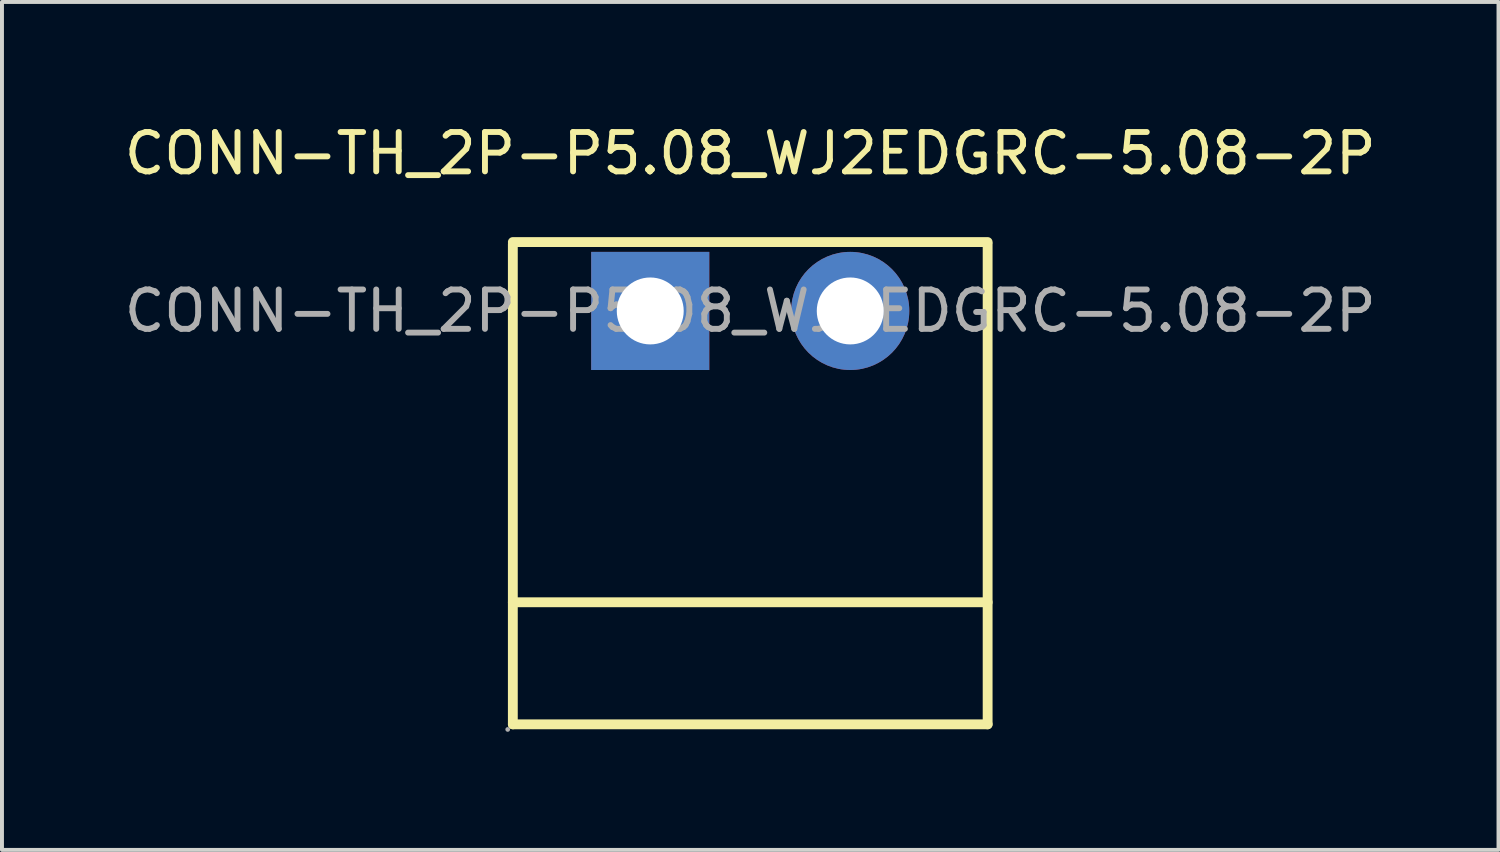
<source format=kicad_pcb>
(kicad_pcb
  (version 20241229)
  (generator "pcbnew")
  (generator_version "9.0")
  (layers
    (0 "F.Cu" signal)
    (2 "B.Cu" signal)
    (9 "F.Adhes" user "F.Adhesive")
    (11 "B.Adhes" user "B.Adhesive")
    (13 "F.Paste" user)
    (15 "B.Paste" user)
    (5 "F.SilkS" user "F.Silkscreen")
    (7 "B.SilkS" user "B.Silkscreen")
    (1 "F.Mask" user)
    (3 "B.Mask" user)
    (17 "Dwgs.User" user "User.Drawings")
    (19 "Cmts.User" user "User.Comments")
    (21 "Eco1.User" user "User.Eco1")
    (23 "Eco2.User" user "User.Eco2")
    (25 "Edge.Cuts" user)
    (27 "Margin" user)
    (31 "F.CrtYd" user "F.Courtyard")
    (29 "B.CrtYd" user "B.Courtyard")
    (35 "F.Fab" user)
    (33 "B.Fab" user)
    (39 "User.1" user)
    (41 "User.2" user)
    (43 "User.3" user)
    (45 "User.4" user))
  (footprint "CONN-TH_2P-P5.08_WJ2EDGRC-5.08-2P"
    (layer "F.Cu")
    (at 16.006 4.848)
    (property "Reference" "CONN-TH_2P-P5.08_WJ2EDGRC-5.08-2P" (at 0 -4 0) (layer "F.SilkS") (effects (font (size 1 1) (thickness 0.15))))
    (attr through_hole)
    (fp_line (start -6.03 7.4) (end 6.03 7.4) (stroke (width 0.25) (type solid)) (layer "F.SilkS"))
    (fp_line (start -6.03 10.5) (end -6.03 -1.7) (stroke (width 0.25) (type solid)) (layer "F.SilkS"))
    (fp_line (start -6.03 10.5) (end 6.03 10.5) (stroke (width 0.25) (type solid)) (layer "F.SilkS"))
    (fp_line (start 6.03 -1.75) (end -6.03 -1.75) (stroke (width 0.25) (type solid)) (layer "F.SilkS"))
    (fp_line (start 6.03 10.5) (end 6.03 -1.7) (stroke (width 0.25) (type solid)) (layer "F.SilkS"))
    (fp_circle (center -6.16 10.63) (end -6.13 10.63) (stroke (width 0.06) (type solid)) (fill no) (layer "F.Fab"))
    (fp_circle (center -2.54 0) (end -2.16 0) (stroke (width 0.75) (type solid)) (fill no) (layer "F.Fab"))
    (fp_circle (center 2.54 0) (end 2.92 0) (stroke (width 0.75) (type solid)) (fill no) (layer "F.Fab"))
    (fp_text user "${REFERENCE}" (at 0 0 0) (layer "F.Fab") (effects (font (size 1 1) (thickness 0.15))))
    (pad "1" thru_hole rect (at -2.54 0) (size 3 3) (drill 1.7) (layers "*.Cu" "*.Mask"))
    (pad "2" thru_hole circle (at 2.54 0) (size 3 3) (drill 1.7) (layers "*.Cu" "*.Mask")))
  (gr_rect
    (start -3 -3)
    (end 35.012 18.538)
    (stroke (width 0.1) (type default))
    (fill no)
    (layer "Edge.Cuts")))
</source>
